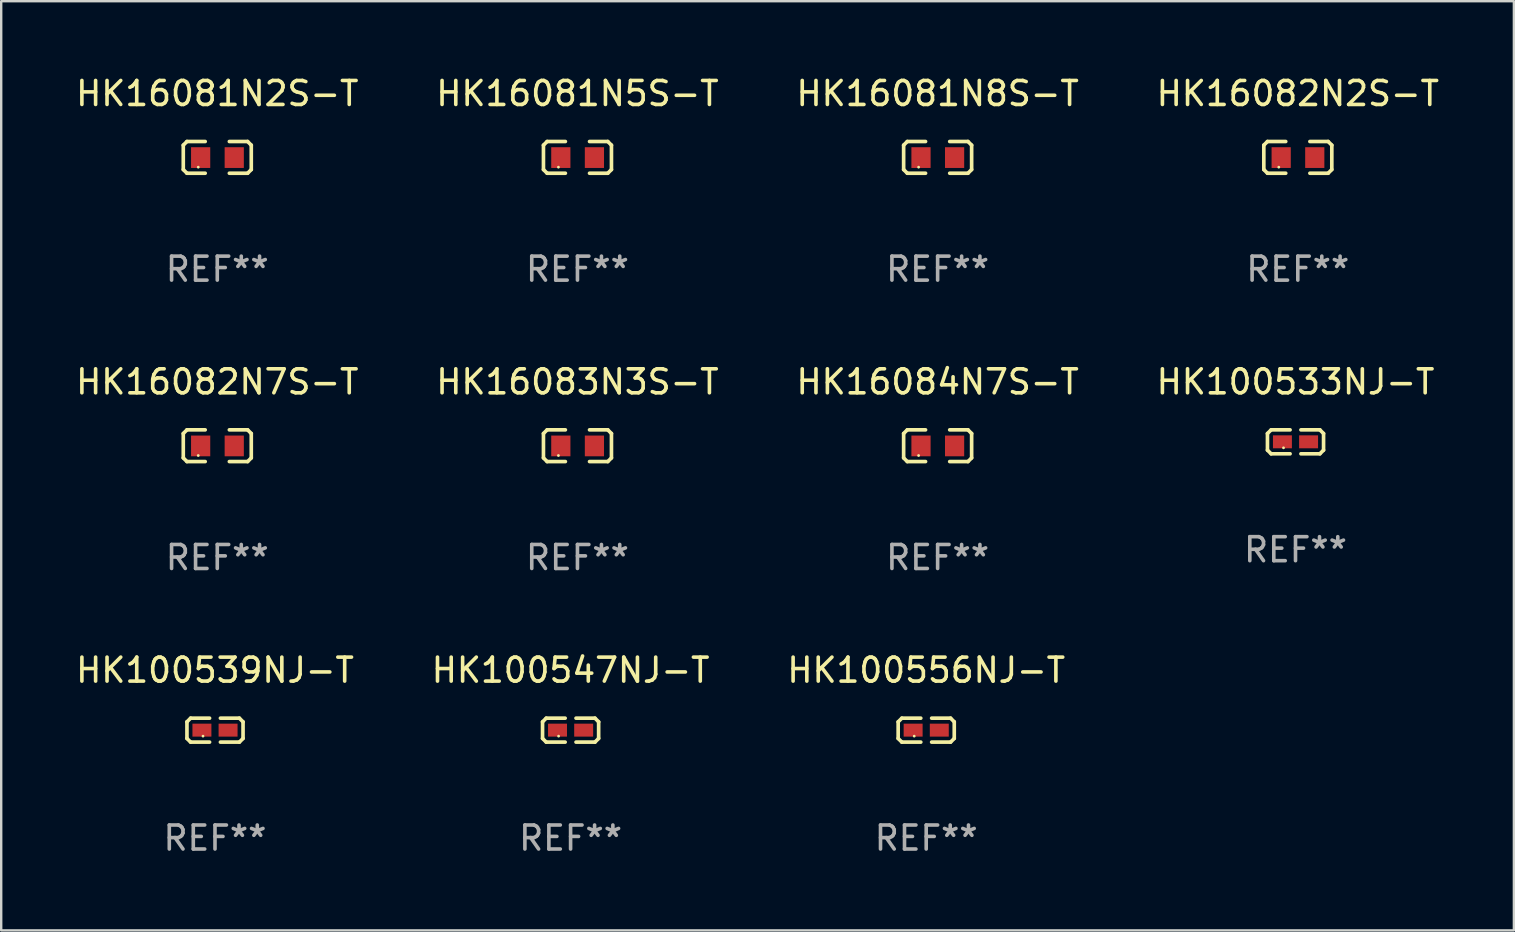
<source format=kicad_pcb>
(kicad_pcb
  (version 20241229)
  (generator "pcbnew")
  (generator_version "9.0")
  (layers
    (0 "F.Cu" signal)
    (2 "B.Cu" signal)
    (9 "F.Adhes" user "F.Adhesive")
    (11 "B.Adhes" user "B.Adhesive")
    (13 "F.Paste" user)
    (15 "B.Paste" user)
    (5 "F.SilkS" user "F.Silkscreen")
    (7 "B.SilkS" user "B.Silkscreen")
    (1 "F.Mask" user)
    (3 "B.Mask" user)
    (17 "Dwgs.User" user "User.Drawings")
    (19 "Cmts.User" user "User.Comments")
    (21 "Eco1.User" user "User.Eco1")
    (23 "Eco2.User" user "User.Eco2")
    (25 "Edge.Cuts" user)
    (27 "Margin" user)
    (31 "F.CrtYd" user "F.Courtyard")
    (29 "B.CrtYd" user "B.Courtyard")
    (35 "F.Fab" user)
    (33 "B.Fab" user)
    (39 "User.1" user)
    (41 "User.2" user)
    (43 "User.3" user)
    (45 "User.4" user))
  (footprint "HK100539NJ-T"
    (layer "F.Cu")
    (at 5.911 27.382)
    (property "Reference" "HK100539NJ-T" (at 0 -2.499 0) (layer "F.SilkS") (effects (font (size 1 1) (thickness 0.15))))
    (attr through_hole)
    (fp_line (start -1.169 -0.346) (end -1.016 -0.499) (stroke (width 0.152) (type solid)) (layer "F.SilkS"))
    (fp_line (start -1.169 0.346) (end -1.169 -0.346) (stroke (width 0.152) (type solid)) (layer "F.SilkS"))
    (fp_line (start -1.016 -0.499) (end -0.226 -0.499) (stroke (width 0.152) (type solid)) (layer "F.SilkS"))
    (fp_line (start -1.016 0.499) (end -1.169 0.346) (stroke (width 0.152) (type solid)) (layer "F.SilkS"))
    (fp_line (start -0.226 0.499) (end -1.016 0.499) (stroke (width 0.152) (type solid)) (layer "F.SilkS"))
    (fp_line (start 0.226 0.499) (end 1.016 0.499) (stroke (width 0.152) (type solid)) (layer "F.SilkS"))
    (fp_line (start 1.016 -0.499) (end 0.226 -0.499) (stroke (width 0.152) (type solid)) (layer "F.SilkS"))
    (fp_line (start 1.016 0.499) (end 1.169 0.346) (stroke (width 0.152) (type solid)) (layer "F.SilkS"))
    (fp_line (start 1.169 -0.346) (end 1.016 -0.499) (stroke (width 0.152) (type solid)) (layer "F.SilkS"))
    (fp_line (start 1.169 0.346) (end 1.169 -0.346) (stroke (width 0.152) (type solid)) (layer "F.SilkS"))
    (fp_circle (center -0.5 0.25) (end -0.47 0.25) (stroke (width 0.06) (type solid)) (fill no) (layer "F.SilkS"))
    (fp_text user "REF**" (at 0 4.499 0) (layer "F.Fab") (effects (font (size 1 1) (thickness 0.15))))
    (pad "1" smd rect (at -0.545 0) (size 0.79 0.54) (layers "F.Cu" "F.Mask" "F.Paste"))
    (pad "2" smd rect (at 0.545 0) (size 0.79 0.54) (layers "F.Cu" "F.Mask" "F.Paste")))
  (footprint "HK16083N3S-T"
    (layer "F.Cu")
    (at 21.018 15.527)
    (property "Reference" "HK16083N3S-T" (at 0 -2.661 0) (layer "F.SilkS") (effects (font (size 1 1) (thickness 0.15))))
    (attr through_hole)
    (fp_line (start -1.417 -0.508) (end -1.265 -0.661) (stroke (width 0.152) (type solid)) (layer "F.SilkS"))
    (fp_line (start -1.417 0.508) (end -1.417 -0.508) (stroke (width 0.152) (type solid)) (layer "F.SilkS"))
    (fp_line (start -1.265 -0.661) (end -0.503 -0.661) (stroke (width 0.152) (type solid)) (layer "F.SilkS"))
    (fp_line (start -1.265 0.661) (end -1.417 0.508) (stroke (width 0.152) (type solid)) (layer "F.SilkS"))
    (fp_line (start -1.265 0.661) (end -0.503 0.661) (stroke (width 0.152) (type solid)) (layer "F.SilkS"))
    (fp_line (start 1.265 -0.661) (end 0.503 -0.661) (stroke (width 0.152) (type solid)) (layer "F.SilkS"))
    (fp_line (start 1.265 -0.661) (end 1.417 -0.508) (stroke (width 0.152) (type solid)) (layer "F.SilkS"))
    (fp_line (start 1.265 0.661) (end 0.503 0.661) (stroke (width 0.152) (type solid)) (layer "F.SilkS"))
    (fp_line (start 1.417 -0.508) (end 1.417 0.508) (stroke (width 0.152) (type solid)) (layer "F.SilkS"))
    (fp_line (start 1.417 0.508) (end 1.265 0.661) (stroke (width 0.152) (type solid)) (layer "F.SilkS"))
    (fp_circle (center -0.793 0.409) (end -0.763 0.409) (stroke (width 0.06) (type solid)) (fill no) (layer "F.SilkS"))
    (fp_text user "REF**" (at 0 4.661 0) (layer "F.Fab") (effects (font (size 1 1) (thickness 0.15))))
    (pad "1" smd rect (at -0.693 0.009 180) (size 0.8 0.864) (layers "F.Cu" "F.Mask" "F.Paste"))
    (pad "2" smd rect (at 0.707 0.009 180) (size 0.8 0.864) (layers "F.Cu" "F.Mask" "F.Paste")))
  (footprint "HK16081N8S-T"
    (layer "F.Cu")
    (at 36.03 3.509)
    (property "Reference" "HK16081N8S-T" (at 0 -2.661 0) (layer "F.SilkS") (effects (font (size 1 1) (thickness 0.15))))
    (attr through_hole)
    (fp_line (start -1.417 -0.508) (end -1.265 -0.661) (stroke (width 0.152) (type solid)) (layer "F.SilkS"))
    (fp_line (start -1.417 0.508) (end -1.417 -0.508) (stroke (width 0.152) (type solid)) (layer "F.SilkS"))
    (fp_line (start -1.265 -0.661) (end -0.503 -0.661) (stroke (width 0.152) (type solid)) (layer "F.SilkS"))
    (fp_line (start -1.265 0.661) (end -1.417 0.508) (stroke (width 0.152) (type solid)) (layer "F.SilkS"))
    (fp_line (start -1.265 0.661) (end -0.503 0.661) (stroke (width 0.152) (type solid)) (layer "F.SilkS"))
    (fp_line (start 1.265 -0.661) (end 0.503 -0.661) (stroke (width 0.152) (type solid)) (layer "F.SilkS"))
    (fp_line (start 1.265 -0.661) (end 1.417 -0.508) (stroke (width 0.152) (type solid)) (layer "F.SilkS"))
    (fp_line (start 1.265 0.661) (end 0.503 0.661) (stroke (width 0.152) (type solid)) (layer "F.SilkS"))
    (fp_line (start 1.417 -0.508) (end 1.417 0.508) (stroke (width 0.152) (type solid)) (layer "F.SilkS"))
    (fp_line (start 1.417 0.508) (end 1.265 0.661) (stroke (width 0.152) (type solid)) (layer "F.SilkS"))
    (fp_circle (center -0.793 0.409) (end -0.763 0.409) (stroke (width 0.06) (type solid)) (fill no) (layer "F.SilkS"))
    (fp_text user "REF**" (at 0 4.661 0) (layer "F.Fab") (effects (font (size 1 1) (thickness 0.15))))
    (pad "1" smd rect (at -0.693 0.009 180) (size 0.8 0.864) (layers "F.Cu" "F.Mask" "F.Paste"))
    (pad "2" smd rect (at 0.707 0.009 180) (size 0.8 0.864) (layers "F.Cu" "F.Mask" "F.Paste")))
  (footprint "HK16081N5S-T"
    (layer "F.Cu")
    (at 21.018 3.509)
    (property "Reference" "HK16081N5S-T" (at 0 -2.661 0) (layer "F.SilkS") (effects (font (size 1 1) (thickness 0.15))))
    (attr through_hole)
    (fp_line (start -1.417 -0.508) (end -1.265 -0.661) (stroke (width 0.152) (type solid)) (layer "F.SilkS"))
    (fp_line (start -1.417 0.508) (end -1.417 -0.508) (stroke (width 0.152) (type solid)) (layer "F.SilkS"))
    (fp_line (start -1.265 -0.661) (end -0.503 -0.661) (stroke (width 0.152) (type solid)) (layer "F.SilkS"))
    (fp_line (start -1.265 0.661) (end -1.417 0.508) (stroke (width 0.152) (type solid)) (layer "F.SilkS"))
    (fp_line (start -1.265 0.661) (end -0.503 0.661) (stroke (width 0.152) (type solid)) (layer "F.SilkS"))
    (fp_line (start 1.265 -0.661) (end 0.503 -0.661) (stroke (width 0.152) (type solid)) (layer "F.SilkS"))
    (fp_line (start 1.265 -0.661) (end 1.417 -0.508) (stroke (width 0.152) (type solid)) (layer "F.SilkS"))
    (fp_line (start 1.265 0.661) (end 0.503 0.661) (stroke (width 0.152) (type solid)) (layer "F.SilkS"))
    (fp_line (start 1.417 -0.508) (end 1.417 0.508) (stroke (width 0.152) (type solid)) (layer "F.SilkS"))
    (fp_line (start 1.417 0.508) (end 1.265 0.661) (stroke (width 0.152) (type solid)) (layer "F.SilkS"))
    (fp_circle (center -0.793 0.409) (end -0.763 0.409) (stroke (width 0.06) (type solid)) (fill no) (layer "F.SilkS"))
    (fp_text user "REF**" (at 0 4.661 0) (layer "F.Fab") (effects (font (size 1 1) (thickness 0.15))))
    (pad "1" smd rect (at -0.693 0.009 180) (size 0.8 0.864) (layers "F.Cu" "F.Mask" "F.Paste"))
    (pad "2" smd rect (at 0.707 0.009 180) (size 0.8 0.864) (layers "F.Cu" "F.Mask" "F.Paste")))
  (footprint "HK100547NJ-T"
    (layer "F.Cu")
    (at 20.732 27.382)
    (property "Reference" "HK100547NJ-T" (at 0 -2.499 0) (layer "F.SilkS") (effects (font (size 1 1) (thickness 0.15))))
    (attr through_hole)
    (fp_line (start -1.169 -0.346) (end -1.016 -0.499) (stroke (width 0.152) (type solid)) (layer "F.SilkS"))
    (fp_line (start -1.169 0.346) (end -1.169 -0.346) (stroke (width 0.152) (type solid)) (layer "F.SilkS"))
    (fp_line (start -1.016 -0.499) (end -0.226 -0.499) (stroke (width 0.152) (type solid)) (layer "F.SilkS"))
    (fp_line (start -1.016 0.499) (end -1.169 0.346) (stroke (width 0.152) (type solid)) (layer "F.SilkS"))
    (fp_line (start -0.226 0.499) (end -1.016 0.499) (stroke (width 0.152) (type solid)) (layer "F.SilkS"))
    (fp_line (start 0.226 0.499) (end 1.016 0.499) (stroke (width 0.152) (type solid)) (layer "F.SilkS"))
    (fp_line (start 1.016 -0.499) (end 0.226 -0.499) (stroke (width 0.152) (type solid)) (layer "F.SilkS"))
    (fp_line (start 1.016 0.499) (end 1.169 0.346) (stroke (width 0.152) (type solid)) (layer "F.SilkS"))
    (fp_line (start 1.169 -0.346) (end 1.016 -0.499) (stroke (width 0.152) (type solid)) (layer "F.SilkS"))
    (fp_line (start 1.169 0.346) (end 1.169 -0.346) (stroke (width 0.152) (type solid)) (layer "F.SilkS"))
    (fp_circle (center -0.5 0.25) (end -0.47 0.25) (stroke (width 0.06) (type solid)) (fill no) (layer "F.SilkS"))
    (fp_text user "REF**" (at 0 4.499 0) (layer "F.Fab") (effects (font (size 1 1) (thickness 0.15))))
    (pad "1" smd rect (at -0.545 0) (size 0.79 0.54) (layers "F.Cu" "F.Mask" "F.Paste"))
    (pad "2" smd rect (at 0.545 0) (size 0.79 0.54) (layers "F.Cu" "F.Mask" "F.Paste")))
  (footprint "HK16084N7S-T"
    (layer "F.Cu")
    (at 36.03 15.527)
    (property "Reference" "HK16084N7S-T" (at 0 -2.661 0) (layer "F.SilkS") (effects (font (size 1 1) (thickness 0.15))))
    (attr through_hole)
    (fp_line (start -1.417 -0.508) (end -1.265 -0.661) (stroke (width 0.152) (type solid)) (layer "F.SilkS"))
    (fp_line (start -1.417 0.508) (end -1.417 -0.508) (stroke (width 0.152) (type solid)) (layer "F.SilkS"))
    (fp_line (start -1.265 -0.661) (end -0.503 -0.661) (stroke (width 0.152) (type solid)) (layer "F.SilkS"))
    (fp_line (start -1.265 0.661) (end -1.417 0.508) (stroke (width 0.152) (type solid)) (layer "F.SilkS"))
    (fp_line (start -1.265 0.661) (end -0.503 0.661) (stroke (width 0.152) (type solid)) (layer "F.SilkS"))
    (fp_line (start 1.265 -0.661) (end 0.503 -0.661) (stroke (width 0.152) (type solid)) (layer "F.SilkS"))
    (fp_line (start 1.265 -0.661) (end 1.417 -0.508) (stroke (width 0.152) (type solid)) (layer "F.SilkS"))
    (fp_line (start 1.265 0.661) (end 0.503 0.661) (stroke (width 0.152) (type solid)) (layer "F.SilkS"))
    (fp_line (start 1.417 -0.508) (end 1.417 0.508) (stroke (width 0.152) (type solid)) (layer "F.SilkS"))
    (fp_line (start 1.417 0.508) (end 1.265 0.661) (stroke (width 0.152) (type solid)) (layer "F.SilkS"))
    (fp_circle (center -0.793 0.409) (end -0.763 0.409) (stroke (width 0.06) (type solid)) (fill no) (layer "F.SilkS"))
    (fp_text user "REF**" (at 0 4.661 0) (layer "F.Fab") (effects (font (size 1 1) (thickness 0.15))))
    (pad "1" smd rect (at -0.693 0.009 180) (size 0.8 0.864) (layers "F.Cu" "F.Mask" "F.Paste"))
    (pad "2" smd rect (at 0.707 0.009 180) (size 0.8 0.864) (layers "F.Cu" "F.Mask" "F.Paste")))
  (footprint "HK100556NJ-T"
    (layer "F.Cu")
    (at 35.554 27.382)
    (property "Reference" "HK100556NJ-T" (at 0 -2.499 0) (layer "F.SilkS") (effects (font (size 1 1) (thickness 0.15))))
    (attr through_hole)
    (fp_line (start -1.169 -0.346) (end -1.016 -0.499) (stroke (width 0.152) (type solid)) (layer "F.SilkS"))
    (fp_line (start -1.169 0.346) (end -1.169 -0.346) (stroke (width 0.152) (type solid)) (layer "F.SilkS"))
    (fp_line (start -1.016 -0.499) (end -0.226 -0.499) (stroke (width 0.152) (type solid)) (layer "F.SilkS"))
    (fp_line (start -1.016 0.499) (end -1.169 0.346) (stroke (width 0.152) (type solid)) (layer "F.SilkS"))
    (fp_line (start -0.226 0.499) (end -1.016 0.499) (stroke (width 0.152) (type solid)) (layer "F.SilkS"))
    (fp_line (start 0.226 0.499) (end 1.016 0.499) (stroke (width 0.152) (type solid)) (layer "F.SilkS"))
    (fp_line (start 1.016 -0.499) (end 0.226 -0.499) (stroke (width 0.152) (type solid)) (layer "F.SilkS"))
    (fp_line (start 1.016 0.499) (end 1.169 0.346) (stroke (width 0.152) (type solid)) (layer "F.SilkS"))
    (fp_line (start 1.169 -0.346) (end 1.016 -0.499) (stroke (width 0.152) (type solid)) (layer "F.SilkS"))
    (fp_line (start 1.169 0.346) (end 1.169 -0.346) (stroke (width 0.152) (type solid)) (layer "F.SilkS"))
    (fp_circle (center -0.5 0.25) (end -0.47 0.25) (stroke (width 0.06) (type solid)) (fill no) (layer "F.SilkS"))
    (fp_text user "REF**" (at 0 4.499 0) (layer "F.Fab") (effects (font (size 1 1) (thickness 0.15))))
    (pad "1" smd rect (at -0.545 0) (size 0.79 0.54) (layers "F.Cu" "F.Mask" "F.Paste"))
    (pad "2" smd rect (at 0.545 0) (size 0.79 0.54) (layers "F.Cu" "F.Mask" "F.Paste")))
  (footprint "HK100533NJ-T"
    (layer "F.Cu")
    (at 50.946 15.365)
    (property "Reference" "HK100533NJ-T" (at 0 -2.499 0) (layer "F.SilkS") (effects (font (size 1 1) (thickness 0.15))))
    (attr through_hole)
    (fp_line (start -1.169 -0.346) (end -1.016 -0.499) (stroke (width 0.152) (type solid)) (layer "F.SilkS"))
    (fp_line (start -1.169 0.346) (end -1.169 -0.346) (stroke (width 0.152) (type solid)) (layer "F.SilkS"))
    (fp_line (start -1.016 -0.499) (end -0.226 -0.499) (stroke (width 0.152) (type solid)) (layer "F.SilkS"))
    (fp_line (start -1.016 0.499) (end -1.169 0.346) (stroke (width 0.152) (type solid)) (layer "F.SilkS"))
    (fp_line (start -0.226 0.499) (end -1.016 0.499) (stroke (width 0.152) (type solid)) (layer "F.SilkS"))
    (fp_line (start 0.226 0.499) (end 1.016 0.499) (stroke (width 0.152) (type solid)) (layer "F.SilkS"))
    (fp_line (start 1.016 -0.499) (end 0.226 -0.499) (stroke (width 0.152) (type solid)) (layer "F.SilkS"))
    (fp_line (start 1.016 0.499) (end 1.169 0.346) (stroke (width 0.152) (type solid)) (layer "F.SilkS"))
    (fp_line (start 1.169 -0.346) (end 1.016 -0.499) (stroke (width 0.152) (type solid)) (layer "F.SilkS"))
    (fp_line (start 1.169 0.346) (end 1.169 -0.346) (stroke (width 0.152) (type solid)) (layer "F.SilkS"))
    (fp_circle (center -0.5 0.25) (end -0.47 0.25) (stroke (width 0.06) (type solid)) (fill no) (layer "F.SilkS"))
    (fp_text user "REF**" (at 0 4.499 0) (layer "F.Fab") (effects (font (size 1 1) (thickness 0.15))))
    (pad "1" smd rect (at -0.545 0) (size 0.79 0.54) (layers "F.Cu" "F.Mask" "F.Paste"))
    (pad "2" smd rect (at 0.545 0) (size 0.79 0.54) (layers "F.Cu" "F.Mask" "F.Paste")))
  (footprint "HK16081N2S-T"
    (layer "F.Cu")
    (at 6.006 3.509)
    (property "Reference" "HK16081N2S-T" (at 0 -2.661 0) (layer "F.SilkS") (effects (font (size 1 1) (thickness 0.15))))
    (attr through_hole)
    (fp_line (start -1.417 -0.508) (end -1.265 -0.661) (stroke (width 0.152) (type solid)) (layer "F.SilkS"))
    (fp_line (start -1.417 0.508) (end -1.417 -0.508) (stroke (width 0.152) (type solid)) (layer "F.SilkS"))
    (fp_line (start -1.265 -0.661) (end -0.503 -0.661) (stroke (width 0.152) (type solid)) (layer "F.SilkS"))
    (fp_line (start -1.265 0.661) (end -1.417 0.508) (stroke (width 0.152) (type solid)) (layer "F.SilkS"))
    (fp_line (start -1.265 0.661) (end -0.503 0.661) (stroke (width 0.152) (type solid)) (layer "F.SilkS"))
    (fp_line (start 1.265 -0.661) (end 0.503 -0.661) (stroke (width 0.152) (type solid)) (layer "F.SilkS"))
    (fp_line (start 1.265 -0.661) (end 1.417 -0.508) (stroke (width 0.152) (type solid)) (layer "F.SilkS"))
    (fp_line (start 1.265 0.661) (end 0.503 0.661) (stroke (width 0.152) (type solid)) (layer "F.SilkS"))
    (fp_line (start 1.417 -0.508) (end 1.417 0.508) (stroke (width 0.152) (type solid)) (layer "F.SilkS"))
    (fp_line (start 1.417 0.508) (end 1.265 0.661) (stroke (width 0.152) (type solid)) (layer "F.SilkS"))
    (fp_circle (center -0.793 0.409) (end -0.763 0.409) (stroke (width 0.06) (type solid)) (fill no) (layer "F.SilkS"))
    (fp_text user "REF**" (at 0 4.661 0) (layer "F.Fab") (effects (font (size 1 1) (thickness 0.15))))
    (pad "1" smd rect (at -0.693 0.009 180) (size 0.8 0.864) (layers "F.Cu" "F.Mask" "F.Paste"))
    (pad "2" smd rect (at 0.707 0.009 180) (size 0.8 0.864) (layers "F.Cu" "F.Mask" "F.Paste")))
  (footprint "HK16082N2S-T"
    (layer "F.Cu")
    (at 51.042 3.509)
    (property "Reference" "HK16082N2S-T" (at 0 -2.661 0) (layer "F.SilkS") (effects (font (size 1 1) (thickness 0.15))))
    (attr through_hole)
    (fp_line (start -1.417 -0.508) (end -1.265 -0.661) (stroke (width 0.152) (type solid)) (layer "F.SilkS"))
    (fp_line (start -1.417 0.508) (end -1.417 -0.508) (stroke (width 0.152) (type solid)) (layer "F.SilkS"))
    (fp_line (start -1.265 -0.661) (end -0.503 -0.661) (stroke (width 0.152) (type solid)) (layer "F.SilkS"))
    (fp_line (start -1.265 0.661) (end -1.417 0.508) (stroke (width 0.152) (type solid)) (layer "F.SilkS"))
    (fp_line (start -1.265 0.661) (end -0.503 0.661) (stroke (width 0.152) (type solid)) (layer "F.SilkS"))
    (fp_line (start 1.265 -0.661) (end 0.503 -0.661) (stroke (width 0.152) (type solid)) (layer "F.SilkS"))
    (fp_line (start 1.265 -0.661) (end 1.417 -0.508) (stroke (width 0.152) (type solid)) (layer "F.SilkS"))
    (fp_line (start 1.265 0.661) (end 0.503 0.661) (stroke (width 0.152) (type solid)) (layer "F.SilkS"))
    (fp_line (start 1.417 -0.508) (end 1.417 0.508) (stroke (width 0.152) (type solid)) (layer "F.SilkS"))
    (fp_line (start 1.417 0.508) (end 1.265 0.661) (stroke (width 0.152) (type solid)) (layer "F.SilkS"))
    (fp_circle (center -0.793 0.409) (end -0.763 0.409) (stroke (width 0.06) (type solid)) (fill no) (layer "F.SilkS"))
    (fp_text user "REF**" (at 0 4.661 0) (layer "F.Fab") (effects (font (size 1 1) (thickness 0.15))))
    (pad "1" smd rect (at -0.693 0.009 180) (size 0.8 0.864) (layers "F.Cu" "F.Mask" "F.Paste"))
    (pad "2" smd rect (at 0.707 0.009 180) (size 0.8 0.864) (layers "F.Cu" "F.Mask" "F.Paste")))
  (footprint "HK16082N7S-T"
    (layer "F.Cu")
    (at 6.006 15.527)
    (property "Reference" "HK16082N7S-T" (at 0 -2.661 0) (layer "F.SilkS") (effects (font (size 1 1) (thickness 0.15))))
    (attr through_hole)
    (fp_line (start -1.417 -0.508) (end -1.265 -0.661) (stroke (width 0.152) (type solid)) (layer "F.SilkS"))
    (fp_line (start -1.417 0.508) (end -1.417 -0.508) (stroke (width 0.152) (type solid)) (layer "F.SilkS"))
    (fp_line (start -1.265 -0.661) (end -0.503 -0.661) (stroke (width 0.152) (type solid)) (layer "F.SilkS"))
    (fp_line (start -1.265 0.661) (end -1.417 0.508) (stroke (width 0.152) (type solid)) (layer "F.SilkS"))
    (fp_line (start -1.265 0.661) (end -0.503 0.661) (stroke (width 0.152) (type solid)) (layer "F.SilkS"))
    (fp_line (start 1.265 -0.661) (end 0.503 -0.661) (stroke (width 0.152) (type solid)) (layer "F.SilkS"))
    (fp_line (start 1.265 -0.661) (end 1.417 -0.508) (stroke (width 0.152) (type solid)) (layer "F.SilkS"))
    (fp_line (start 1.265 0.661) (end 0.503 0.661) (stroke (width 0.152) (type solid)) (layer "F.SilkS"))
    (fp_line (start 1.417 -0.508) (end 1.417 0.508) (stroke (width 0.152) (type solid)) (layer "F.SilkS"))
    (fp_line (start 1.417 0.508) (end 1.265 0.661) (stroke (width 0.152) (type solid)) (layer "F.SilkS"))
    (fp_circle (center -0.793 0.409) (end -0.763 0.409) (stroke (width 0.06) (type solid)) (fill no) (layer "F.SilkS"))
    (fp_text user "REF**" (at 0 4.661 0) (layer "F.Fab") (effects (font (size 1 1) (thickness 0.15))))
    (pad "1" smd rect (at -0.693 0.009 180) (size 0.8 0.864) (layers "F.Cu" "F.Mask" "F.Paste"))
    (pad "2" smd rect (at 0.707 0.009 180) (size 0.8 0.864) (layers "F.Cu" "F.Mask" "F.Paste")))
  (gr_rect
    (start -3 -3)
    (end 60.048 35.729)
    (stroke (width 0.1) (type default))
    (fill no)
    (layer "Edge.Cuts")))
</source>
